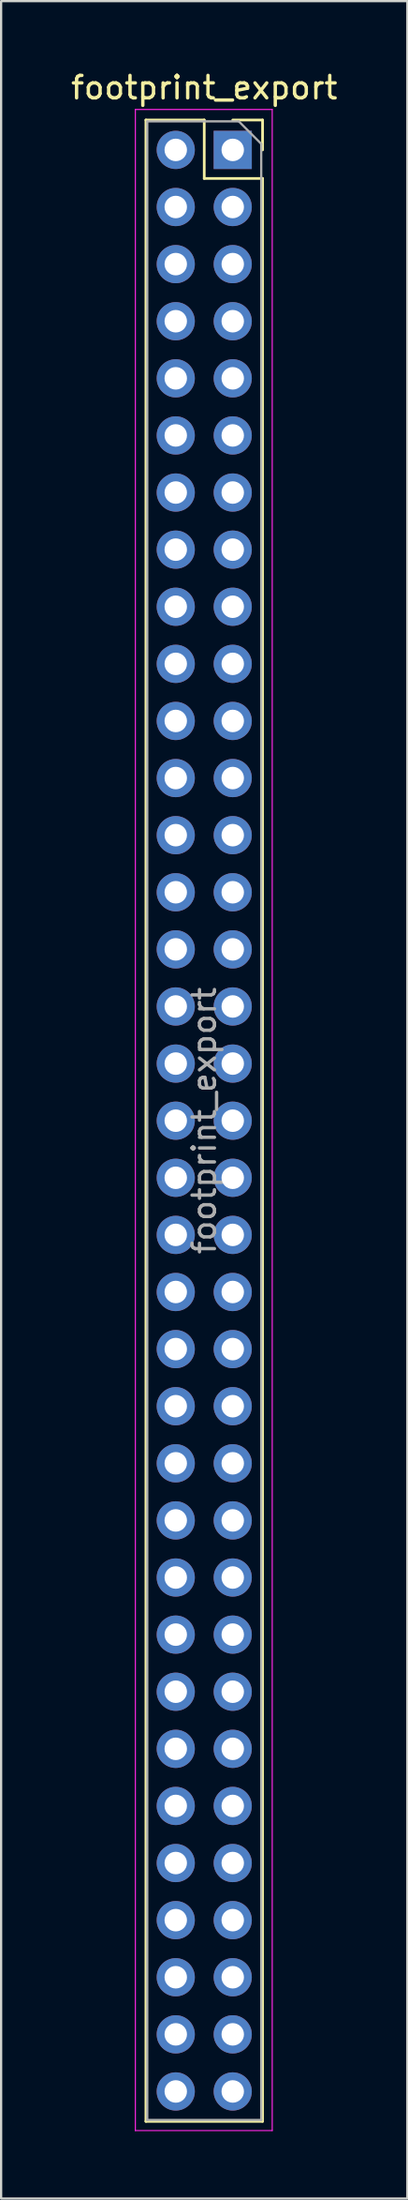
<source format=kicad_pcb>
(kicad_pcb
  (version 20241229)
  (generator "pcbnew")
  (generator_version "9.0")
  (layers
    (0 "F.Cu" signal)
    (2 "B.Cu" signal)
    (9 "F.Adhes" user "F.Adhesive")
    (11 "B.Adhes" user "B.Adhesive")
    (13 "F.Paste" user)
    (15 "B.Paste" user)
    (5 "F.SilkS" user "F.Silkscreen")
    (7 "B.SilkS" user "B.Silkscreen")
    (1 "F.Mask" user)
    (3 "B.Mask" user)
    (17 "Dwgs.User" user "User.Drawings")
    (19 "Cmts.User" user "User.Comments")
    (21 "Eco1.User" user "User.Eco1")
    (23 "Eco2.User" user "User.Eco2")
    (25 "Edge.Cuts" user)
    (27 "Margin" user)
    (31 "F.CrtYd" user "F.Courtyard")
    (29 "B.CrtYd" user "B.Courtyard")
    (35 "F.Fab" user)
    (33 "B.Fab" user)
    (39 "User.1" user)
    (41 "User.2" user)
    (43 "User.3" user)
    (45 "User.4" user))
  (footprint "footprint_export"
    (layer "F.Cu")
    (at 7.324 3.618)
    (property "Reference" "footprint_export" (at -1.27 -2.77 0) (layer "F.SilkS") (effects (font (size 1 1) (thickness 0.15))))
    (attr through_hole)
    (fp_line (start -3.87 -1.33) (end -3.87 87.69) (stroke (width 0.12) (type solid)) (layer "F.SilkS"))
    (fp_line (start -3.87 -1.33) (end -1.27 -1.33) (stroke (width 0.12) (type solid)) (layer "F.SilkS"))
    (fp_line (start -3.87 87.69) (end 1.33 87.69) (stroke (width 0.12) (type solid)) (layer "F.SilkS"))
    (fp_line (start -1.27 -1.33) (end -1.27 1.27) (stroke (width 0.12) (type solid)) (layer "F.SilkS"))
    (fp_line (start -1.27 1.27) (end 1.33 1.27) (stroke (width 0.12) (type solid)) (layer "F.SilkS"))
    (fp_line (start 0 -1.33) (end 1.33 -1.33) (stroke (width 0.12) (type solid)) (layer "F.SilkS"))
    (fp_line (start 1.33 -1.33) (end 1.33 0) (stroke (width 0.12) (type solid)) (layer "F.SilkS"))
    (fp_line (start 1.33 1.27) (end 1.33 87.69) (stroke (width 0.12) (type solid)) (layer "F.SilkS"))
    (fp_line (start -4.34 -1.8) (end 1.76 -1.8) (stroke (width 0.05) (type solid)) (layer "F.CrtYd"))
    (fp_line (start -4.34 88.1) (end -4.34 -1.8) (stroke (width 0.05) (type solid)) (layer "F.CrtYd"))
    (fp_line (start 1.76 -1.8) (end 1.76 88.1) (stroke (width 0.05) (type solid)) (layer "F.CrtYd"))
    (fp_line (start 1.76 88.1) (end -4.34 88.1) (stroke (width 0.05) (type solid)) (layer "F.CrtYd"))
    (fp_line (start -3.81 -1.27) (end 0.27 -1.27) (stroke (width 0.1) (type solid)) (layer "F.Fab"))
    (fp_line (start -3.81 87.63) (end -3.81 -1.27) (stroke (width 0.1) (type solid)) (layer "F.Fab"))
    (fp_line (start 0.27 -1.27) (end 1.27 -0.27) (stroke (width 0.1) (type solid)) (layer "F.Fab"))
    (fp_line (start 1.27 -0.27) (end 1.27 87.63) (stroke (width 0.1) (type solid)) (layer "F.Fab"))
    (fp_line (start 1.27 87.63) (end -3.81 87.63) (stroke (width 0.1) (type solid)) (layer "F.Fab"))
    (fp_text user "${REFERENCE}" (at -1.27 43.18 90) (layer "F.Fab") (effects (font (size 1 1) (thickness 0.15))))
    (pad "1" thru_hole rect (at 0 0) (size 1.7 1.7) (drill 1) (layers "*.Cu" "*.Mask"))
    (pad "2" thru_hole oval (at -2.54 0) (size 1.7 1.7) (drill 1) (layers "*.Cu" "*.Mask"))
    (pad "3" thru_hole oval (at 0 2.54) (size 1.7 1.7) (drill 1) (layers "*.Cu" "*.Mask"))
    (pad "4" thru_hole oval (at -2.54 2.54) (size 1.7 1.7) (drill 1) (layers "*.Cu" "*.Mask"))
    (pad "5" thru_hole oval (at 0 5.08) (size 1.7 1.7) (drill 1) (layers "*.Cu" "*.Mask"))
    (pad "6" thru_hole oval (at -2.54 5.08) (size 1.7 1.7) (drill 1) (layers "*.Cu" "*.Mask"))
    (pad "7" thru_hole oval (at 0 7.62) (size 1.7 1.7) (drill 1) (layers "*.Cu" "*.Mask"))
    (pad "8" thru_hole oval (at -2.54 7.62) (size 1.7 1.7) (drill 1) (layers "*.Cu" "*.Mask"))
    (pad "9" thru_hole oval (at 0 10.16) (size 1.7 1.7) (drill 1) (layers "*.Cu" "*.Mask"))
    (pad "10" thru_hole oval (at -2.54 10.16) (size 1.7 1.7) (drill 1) (layers "*.Cu" "*.Mask"))
    (pad "11" thru_hole oval (at 0 12.7) (size 1.7 1.7) (drill 1) (layers "*.Cu" "*.Mask"))
    (pad "12" thru_hole oval (at -2.54 12.7) (size 1.7 1.7) (drill 1) (layers "*.Cu" "*.Mask"))
    (pad "13" thru_hole oval (at 0 15.24) (size 1.7 1.7) (drill 1) (layers "*.Cu" "*.Mask"))
    (pad "14" thru_hole oval (at -2.54 15.24) (size 1.7 1.7) (drill 1) (layers "*.Cu" "*.Mask"))
    (pad "15" thru_hole oval (at 0 17.78) (size 1.7 1.7) (drill 1) (layers "*.Cu" "*.Mask"))
    (pad "16" thru_hole oval (at -2.54 17.78) (size 1.7 1.7) (drill 1) (layers "*.Cu" "*.Mask"))
    (pad "17" thru_hole oval (at 0 20.32) (size 1.7 1.7) (drill 1) (layers "*.Cu" "*.Mask"))
    (pad "18" thru_hole oval (at -2.54 20.32) (size 1.7 1.7) (drill 1) (layers "*.Cu" "*.Mask"))
    (pad "19" thru_hole oval (at 0 22.86) (size 1.7 1.7) (drill 1) (layers "*.Cu" "*.Mask"))
    (pad "20" thru_hole oval (at -2.54 22.86) (size 1.7 1.7) (drill 1) (layers "*.Cu" "*.Mask"))
    (pad "21" thru_hole oval (at 0 25.4) (size 1.7 1.7) (drill 1) (layers "*.Cu" "*.Mask"))
    (pad "22" thru_hole oval (at -2.54 25.4) (size 1.7 1.7) (drill 1) (layers "*.Cu" "*.Mask"))
    (pad "23" thru_hole oval (at 0 27.94) (size 1.7 1.7) (drill 1) (layers "*.Cu" "*.Mask"))
    (pad "24" thru_hole oval (at -2.54 27.94) (size 1.7 1.7) (drill 1) (layers "*.Cu" "*.Mask"))
    (pad "25" thru_hole oval (at 0 30.48) (size 1.7 1.7) (drill 1) (layers "*.Cu" "*.Mask"))
    (pad "26" thru_hole oval (at -2.54 30.48) (size 1.7 1.7) (drill 1) (layers "*.Cu" "*.Mask"))
    (pad "27" thru_hole oval (at 0 33.02) (size 1.7 1.7) (drill 1) (layers "*.Cu" "*.Mask"))
    (pad "28" thru_hole oval (at -2.54 33.02) (size 1.7 1.7) (drill 1) (layers "*.Cu" "*.Mask"))
    (pad "29" thru_hole oval (at 0 35.56) (size 1.7 1.7) (drill 1) (layers "*.Cu" "*.Mask"))
    (pad "30" thru_hole oval (at -2.54 35.56) (size 1.7 1.7) (drill 1) (layers "*.Cu" "*.Mask"))
    (pad "31" thru_hole oval (at 0 38.1) (size 1.7 1.7) (drill 1) (layers "*.Cu" "*.Mask"))
    (pad "32" thru_hole oval (at -2.54 38.1) (size 1.7 1.7) (drill 1) (layers "*.Cu" "*.Mask"))
    (pad "33" thru_hole oval (at 0 40.64) (size 1.7 1.7) (drill 1) (layers "*.Cu" "*.Mask"))
    (pad "34" thru_hole oval (at -2.54 40.64) (size 1.7 1.7) (drill 1) (layers "*.Cu" "*.Mask"))
    (pad "35" thru_hole oval (at 0 43.18) (size 1.7 1.7) (drill 1) (layers "*.Cu" "*.Mask"))
    (pad "36" thru_hole oval (at -2.54 43.18) (size 1.7 1.7) (drill 1) (layers "*.Cu" "*.Mask"))
    (pad "37" thru_hole oval (at 0 45.72) (size 1.7 1.7) (drill 1) (layers "*.Cu" "*.Mask"))
    (pad "38" thru_hole oval (at -2.54 45.72) (size 1.7 1.7) (drill 1) (layers "*.Cu" "*.Mask"))
    (pad "39" thru_hole oval (at 0 48.26) (size 1.7 1.7) (drill 1) (layers "*.Cu" "*.Mask"))
    (pad "40" thru_hole oval (at -2.54 48.26) (size 1.7 1.7) (drill 1) (layers "*.Cu" "*.Mask"))
    (pad "41" thru_hole oval (at 0 50.8) (size 1.7 1.7) (drill 1) (layers "*.Cu" "*.Mask"))
    (pad "42" thru_hole oval (at -2.54 50.8) (size 1.7 1.7) (drill 1) (layers "*.Cu" "*.Mask"))
    (pad "43" thru_hole oval (at 0 53.34) (size 1.7 1.7) (drill 1) (layers "*.Cu" "*.Mask"))
    (pad "44" thru_hole oval (at -2.54 53.34) (size 1.7 1.7) (drill 1) (layers "*.Cu" "*.Mask"))
    (pad "45" thru_hole oval (at 0 55.88) (size 1.7 1.7) (drill 1) (layers "*.Cu" "*.Mask"))
    (pad "46" thru_hole oval (at -2.54 55.88) (size 1.7 1.7) (drill 1) (layers "*.Cu" "*.Mask"))
    (pad "47" thru_hole oval (at 0 58.42) (size 1.7 1.7) (drill 1) (layers "*.Cu" "*.Mask"))
    (pad "48" thru_hole oval (at -2.54 58.42) (size 1.7 1.7) (drill 1) (layers "*.Cu" "*.Mask"))
    (pad "49" thru_hole oval (at 0 60.96) (size 1.7 1.7) (drill 1) (layers "*.Cu" "*.Mask"))
    (pad "50" thru_hole oval (at -2.54 60.96) (size 1.7 1.7) (drill 1) (layers "*.Cu" "*.Mask"))
    (pad "51" thru_hole oval (at 0 63.5) (size 1.7 1.7) (drill 1) (layers "*.Cu" "*.Mask"))
    (pad "52" thru_hole oval (at -2.54 63.5) (size 1.7 1.7) (drill 1) (layers "*.Cu" "*.Mask"))
    (pad "53" thru_hole oval (at 0 66.04) (size 1.7 1.7) (drill 1) (layers "*.Cu" "*.Mask"))
    (pad "54" thru_hole oval (at -2.54 66.04) (size 1.7 1.7) (drill 1) (layers "*.Cu" "*.Mask"))
    (pad "55" thru_hole oval (at 0 68.58) (size 1.7 1.7) (drill 1) (layers "*.Cu" "*.Mask"))
    (pad "56" thru_hole oval (at -2.54 68.58) (size 1.7 1.7) (drill 1) (layers "*.Cu" "*.Mask"))
    (pad "57" thru_hole oval (at 0 71.12) (size 1.7 1.7) (drill 1) (layers "*.Cu" "*.Mask"))
    (pad "58" thru_hole oval (at -2.54 71.12) (size 1.7 1.7) (drill 1) (layers "*.Cu" "*.Mask"))
    (pad "59" thru_hole oval (at 0 73.66) (size 1.7 1.7) (drill 1) (layers "*.Cu" "*.Mask"))
    (pad "60" thru_hole oval (at -2.54 73.66) (size 1.7 1.7) (drill 1) (layers "*.Cu" "*.Mask"))
    (pad "61" thru_hole oval (at 0 76.2) (size 1.7 1.7) (drill 1) (layers "*.Cu" "*.Mask"))
    (pad "62" thru_hole oval (at -2.54 76.2) (size 1.7 1.7) (drill 1) (layers "*.Cu" "*.Mask"))
    (pad "63" thru_hole oval (at 0 78.74) (size 1.7 1.7) (drill 1) (layers "*.Cu" "*.Mask"))
    (pad "64" thru_hole oval (at -2.54 78.74) (size 1.7 1.7) (drill 1) (layers "*.Cu" "*.Mask"))
    (pad "65" thru_hole oval (at 0 81.28) (size 1.7 1.7) (drill 1) (layers "*.Cu" "*.Mask"))
    (pad "66" thru_hole oval (at -2.54 81.28) (size 1.7 1.7) (drill 1) (layers "*.Cu" "*.Mask"))
    (pad "67" thru_hole oval (at 0 83.82) (size 1.7 1.7) (drill 1) (layers "*.Cu" "*.Mask"))
    (pad "68" thru_hole oval (at -2.54 83.82) (size 1.7 1.7) (drill 1) (layers "*.Cu" "*.Mask"))
    (pad "69" thru_hole oval (at 0 86.36) (size 1.7 1.7) (drill 1) (layers "*.Cu" "*.Mask"))
    (pad "70" thru_hole oval (at -2.54 86.36) (size 1.7 1.7) (drill 1) (layers "*.Cu" "*.Mask")))
  (gr_rect
    (start -3 -3)
    (end 15.107 94.743)
    (stroke (width 0.1) (type default))
    (fill no)
    (layer "Edge.Cuts")))
</source>
